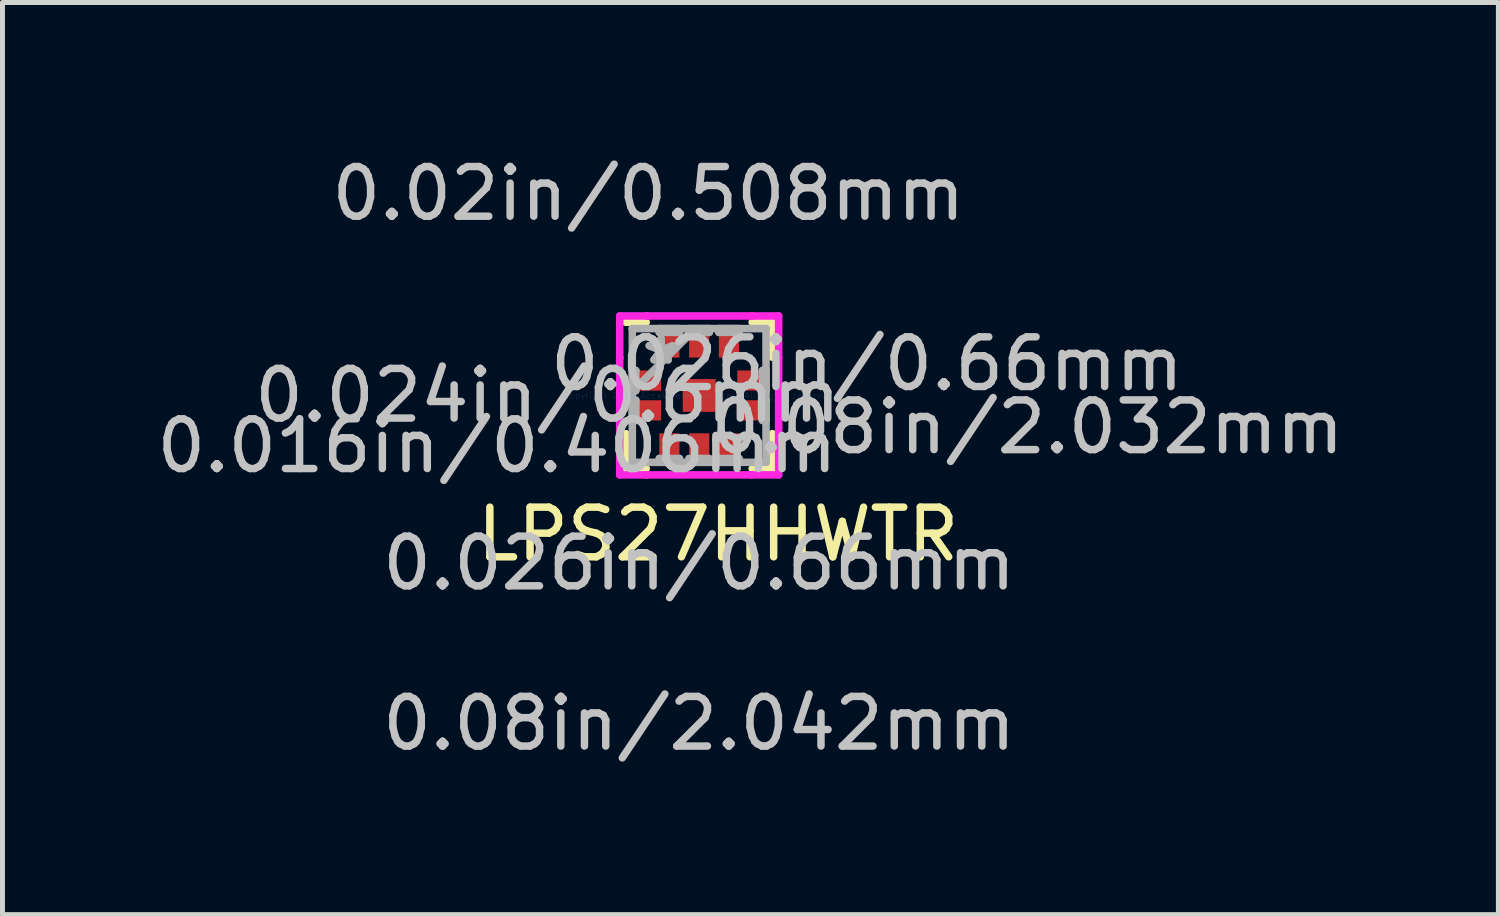
<source format=kicad_pcb>
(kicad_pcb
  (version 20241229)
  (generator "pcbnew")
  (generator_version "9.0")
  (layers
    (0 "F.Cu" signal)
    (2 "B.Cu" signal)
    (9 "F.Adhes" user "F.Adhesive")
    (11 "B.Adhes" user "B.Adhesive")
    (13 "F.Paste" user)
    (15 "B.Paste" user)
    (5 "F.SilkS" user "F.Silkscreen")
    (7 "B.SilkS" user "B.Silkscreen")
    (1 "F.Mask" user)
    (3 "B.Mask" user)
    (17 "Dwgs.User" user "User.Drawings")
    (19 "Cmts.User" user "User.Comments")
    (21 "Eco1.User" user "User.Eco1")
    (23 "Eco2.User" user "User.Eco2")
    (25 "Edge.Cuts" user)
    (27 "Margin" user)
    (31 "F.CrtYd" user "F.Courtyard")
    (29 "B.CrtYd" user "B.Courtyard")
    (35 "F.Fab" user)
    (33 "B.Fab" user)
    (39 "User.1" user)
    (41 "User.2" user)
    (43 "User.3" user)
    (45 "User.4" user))
  (footprint "LPS27HHWTR"
    (layer "F.Cu")
    (at 11.027 4.912)
    (property "Reference" "LPS27HHWTR" (at 0.381 2.794 0) (layer "F.SilkS") (effects (font (size 1 1) (thickness 0.15))))
    (attr smd)
    (fp_line (start -1.473 0.77) (end -1.473 1.473) (stroke (width 0.152) (type solid)) (layer "F.SilkS"))
    (fp_line (start -1.473 1.473) (end -1.067 1.473) (stroke (width 0.152) (type solid)) (layer "F.SilkS"))
    (fp_line (start -1.067 -1.473) (end -1.473 -1.473) (stroke (width 0.152) (type solid)) (layer "F.SilkS"))
    (fp_line (start 1.067 1.473) (end 1.473 1.473) (stroke (width 0.152) (type solid)) (layer "F.SilkS"))
    (fp_line (start 1.473 -1.473) (end 1.067 -1.473) (stroke (width 0.152) (type solid)) (layer "F.SilkS"))
    (fp_line (start 1.473 -0.77) (end 1.473 -1.473) (stroke (width 0.152) (type solid)) (layer "F.SilkS"))
    (fp_line (start 1.473 1.473) (end 1.473 0.77) (stroke (width 0.152) (type solid)) (layer "F.SilkS"))
    (fp_line (start -1.6 -1.6) (end -1.057 -1.6) (stroke (width 0.152) (type solid)) (layer "F.CrtYd"))
    (fp_line (start -1.6 -0.757) (end -1.6 -1.6) (stroke (width 0.152) (type solid)) (layer "F.CrtYd"))
    (fp_line (start -1.6 -0.757) (end -1.6 -0.757) (stroke (width 0.152) (type solid)) (layer "F.CrtYd"))
    (fp_line (start -1.6 0.757) (end -1.6 -0.757) (stroke (width 0.152) (type solid)) (layer "F.CrtYd"))
    (fp_line (start -1.6 0.757) (end -1.6 0.757) (stroke (width 0.152) (type solid)) (layer "F.CrtYd"))
    (fp_line (start -1.6 1.6) (end -1.6 0.757) (stroke (width 0.152) (type solid)) (layer "F.CrtYd"))
    (fp_line (start -1.057 -1.6) (end -1.057 -1.6) (stroke (width 0.152) (type solid)) (layer "F.CrtYd"))
    (fp_line (start -1.057 -1.6) (end 1.057 -1.6) (stroke (width 0.152) (type solid)) (layer "F.CrtYd"))
    (fp_line (start -1.057 1.6) (end -1.6 1.6) (stroke (width 0.152) (type solid)) (layer "F.CrtYd"))
    (fp_line (start -1.057 1.6) (end -1.057 1.6) (stroke (width 0.152) (type solid)) (layer "F.CrtYd"))
    (fp_line (start 1.057 -1.6) (end 1.057 -1.6) (stroke (width 0.152) (type solid)) (layer "F.CrtYd"))
    (fp_line (start 1.057 -1.6) (end 1.6 -1.6) (stroke (width 0.152) (type solid)) (layer "F.CrtYd"))
    (fp_line (start 1.057 1.6) (end -1.057 1.6) (stroke (width 0.152) (type solid)) (layer "F.CrtYd"))
    (fp_line (start 1.057 1.6) (end 1.057 1.6) (stroke (width 0.152) (type solid)) (layer "F.CrtYd"))
    (fp_line (start 1.6 -1.6) (end 1.6 -0.757) (stroke (width 0.152) (type solid)) (layer "F.CrtYd"))
    (fp_line (start 1.6 -0.757) (end 1.6 -0.757) (stroke (width 0.152) (type solid)) (layer "F.CrtYd"))
    (fp_line (start 1.6 -0.757) (end 1.6 0.757) (stroke (width 0.152) (type solid)) (layer "F.CrtYd"))
    (fp_line (start 1.6 0.757) (end 1.6 0.757) (stroke (width 0.152) (type solid)) (layer "F.CrtYd"))
    (fp_line (start 1.6 0.757) (end 1.6 1.6) (stroke (width 0.152) (type solid)) (layer "F.CrtYd"))
    (fp_line (start 1.6 1.6) (end 1.057 1.6) (stroke (width 0.152) (type solid)) (layer "F.CrtYd"))
    (fp_line (start -1.346 -1.346) (end -1.346 -1.346) (stroke (width 0.152) (type solid)) (layer "F.Fab"))
    (fp_line (start -1.346 -1.346) (end -1.346 1.346) (stroke (width 0.152) (type solid)) (layer "F.Fab"))
    (fp_line (start -1.346 -0.503) (end -1.275 -0.503) (stroke (width 0.152) (type solid)) (layer "F.Fab"))
    (fp_line (start -1.346 -0.097) (end -1.346 -0.503) (stroke (width 0.152) (type solid)) (layer "F.Fab"))
    (fp_line (start -1.346 -0.076) (end -0.076 -1.346) (stroke (width 0.152) (type solid)) (layer "F.Fab"))
    (fp_line (start -1.346 0.097) (end -1.275 0.097) (stroke (width 0.152) (type solid)) (layer "F.Fab"))
    (fp_line (start -1.346 0.503) (end -1.346 0.097) (stroke (width 0.152) (type solid)) (layer "F.Fab"))
    (fp_line (start -1.346 1.346) (end -1.346 1.346) (stroke (width 0.152) (type solid)) (layer "F.Fab"))
    (fp_line (start -1.346 1.346) (end 1.346 1.346) (stroke (width 0.152) (type solid)) (layer "F.Fab"))
    (fp_line (start -1.275 -0.503) (end -1.275 -0.097) (stroke (width 0.152) (type solid)) (layer "F.Fab"))
    (fp_line (start -1.275 -0.097) (end -1.346 -0.097) (stroke (width 0.152) (type solid)) (layer "F.Fab"))
    (fp_line (start -1.275 0.097) (end -1.275 0.503) (stroke (width 0.152) (type solid)) (layer "F.Fab"))
    (fp_line (start -1.275 0.503) (end -1.346 0.503) (stroke (width 0.152) (type solid)) (layer "F.Fab"))
    (fp_line (start -0.803 -1.346) (end -0.397 -1.346) (stroke (width 0.152) (type solid)) (layer "F.Fab"))
    (fp_line (start -0.803 -1.27) (end -0.803 -1.346) (stroke (width 0.152) (type solid)) (layer "F.Fab"))
    (fp_line (start -0.803 1.27) (end -0.397 1.27) (stroke (width 0.152) (type solid)) (layer "F.Fab"))
    (fp_line (start -0.803 1.346) (end -0.803 1.27) (stroke (width 0.152) (type solid)) (layer "F.Fab"))
    (fp_line (start -0.397 -1.346) (end -0.397 -1.27) (stroke (width 0.152) (type solid)) (layer "F.Fab"))
    (fp_line (start -0.397 -1.27) (end -0.803 -1.27) (stroke (width 0.152) (type solid)) (layer "F.Fab"))
    (fp_line (start -0.397 1.27) (end -0.397 1.346) (stroke (width 0.152) (type solid)) (layer "F.Fab"))
    (fp_line (start -0.397 1.346) (end -0.803 1.346) (stroke (width 0.152) (type solid)) (layer "F.Fab"))
    (fp_line (start -0.203 -1.346) (end 0.203 -1.346) (stroke (width 0.152) (type solid)) (layer "F.Fab"))
    (fp_line (start -0.203 -1.27) (end -0.203 -1.346) (stroke (width 0.152) (type solid)) (layer "F.Fab"))
    (fp_line (start -0.203 1.27) (end 0.203 1.27) (stroke (width 0.152) (type solid)) (layer "F.Fab"))
    (fp_line (start -0.203 1.346) (end -0.203 1.27) (stroke (width 0.152) (type solid)) (layer "F.Fab"))
    (fp_line (start 0.203 -1.346) (end 0.203 -1.27) (stroke (width 0.152) (type solid)) (layer "F.Fab"))
    (fp_line (start 0.203 -1.27) (end -0.203 -1.27) (stroke (width 0.152) (type solid)) (layer "F.Fab"))
    (fp_line (start 0.203 1.27) (end 0.203 1.346) (stroke (width 0.152) (type solid)) (layer "F.Fab"))
    (fp_line (start 0.203 1.346) (end -0.203 1.346) (stroke (width 0.152) (type solid)) (layer "F.Fab"))
    (fp_line (start 0.397 -1.346) (end 0.803 -1.346) (stroke (width 0.152) (type solid)) (layer "F.Fab"))
    (fp_line (start 0.397 -1.27) (end 0.397 -1.346) (stroke (width 0.152) (type solid)) (layer "F.Fab"))
    (fp_line (start 0.397 1.27) (end 0.803 1.27) (stroke (width 0.152) (type solid)) (layer "F.Fab"))
    (fp_line (start 0.397 1.346) (end 0.397 1.27) (stroke (width 0.152) (type solid)) (layer "F.Fab"))
    (fp_line (start 0.803 -1.346) (end 0.803 -1.27) (stroke (width 0.152) (type solid)) (layer "F.Fab"))
    (fp_line (start 0.803 -1.27) (end 0.397 -1.27) (stroke (width 0.152) (type solid)) (layer "F.Fab"))
    (fp_line (start 0.803 1.27) (end 0.803 1.346) (stroke (width 0.152) (type solid)) (layer "F.Fab"))
    (fp_line (start 0.803 1.346) (end 0.397 1.346) (stroke (width 0.152) (type solid)) (layer "F.Fab"))
    (fp_line (start 1.275 -0.503) (end 1.346 -0.503) (stroke (width 0.152) (type solid)) (layer "F.Fab"))
    (fp_line (start 1.275 -0.097) (end 1.275 -0.503) (stroke (width 0.152) (type solid)) (layer "F.Fab"))
    (fp_line (start 1.275 0.097) (end 1.346 0.097) (stroke (width 0.152) (type solid)) (layer "F.Fab"))
    (fp_line (start 1.275 0.503) (end 1.275 0.097) (stroke (width 0.152) (type solid)) (layer "F.Fab"))
    (fp_line (start 1.346 -1.346) (end -1.346 -1.346) (stroke (width 0.152) (type solid)) (layer "F.Fab"))
    (fp_line (start 1.346 -1.346) (end 1.346 -1.346) (stroke (width 0.152) (type solid)) (layer "F.Fab"))
    (fp_line (start 1.346 -0.503) (end 1.346 -0.097) (stroke (width 0.152) (type solid)) (layer "F.Fab"))
    (fp_line (start 1.346 -0.097) (end 1.275 -0.097) (stroke (width 0.152) (type solid)) (layer "F.Fab"))
    (fp_line (start 1.346 0.097) (end 1.346 0.503) (stroke (width 0.152) (type solid)) (layer "F.Fab"))
    (fp_line (start 1.346 0.503) (end 1.275 0.503) (stroke (width 0.152) (type solid)) (layer "F.Fab"))
    (fp_line (start 1.346 1.346) (end 1.346 -1.346) (stroke (width 0.152) (type solid)) (layer "F.Fab"))
    (fp_line (start 1.346 1.346) (end 1.346 1.346) (stroke (width 0.152) (type solid)) (layer "F.Fab"))
    (fp_text user "0.016in/0.406mm" (at -4.069 1.016 0) (layer "Dwgs.User") (effects (font (size 1 1) (thickness 0.15))))
    (fp_text user "0.08in/2.032mm" (at 6.609 0.635 0) (layer "Dwgs.User") (effects (font (size 1 1) (thickness 0.15))))
    (fp_text user "0.026in/0.66mm" (at 3.378 -0.635 0) (layer "Dwgs.User") (effects (font (size 1 1) (thickness 0.15))))
    (fp_text user "0.02in/0.508mm" (at -1.021 -4.064 0) (layer "Dwgs.User") (effects (font (size 1 1) (thickness 0.15))))
    (fp_text user "0.026in/0.66mm" (at 0 3.378 0) (layer "Dwgs.User") (effects (font (size 1 1) (thickness 0.15))))
    (fp_text user "0.024in/0.6mm" (at -3.053 0 0) (layer "Dwgs.User") (effects (font (size 1 1) (thickness 0.15))))
    (fp_text user "0.08in/2.042mm" (at 0 6.604 0) (layer "Dwgs.User") (effects (font (size 1 1) (thickness 0.15))))
    (fp_text user "Copyright 2016 Accelerated Designs. All rights reserved." (at 0 0 0) (layer "Cmts.User") (effects (font (size 0.127 0.127) (thickness 0.002))))
    (fp_text user "*" (at -0.767 -0.6 0) (layer "F.Fab") (effects (font (size 1 1) (thickness 0.15))))
    (fp_text user "*" (at -0.767 -0.6 0) (layer "F.Fab") (effects (font (size 1 1) (thickness 0.15))))
    (pad "1" smd rect (at -1.021 -0.3 90) (size 0.406 0.508) (layers "F.Cu" "F.Mask" "F.Paste"))
    (pad "2" smd rect (at -1.021 0.3 90) (size 0.406 0.508) (layers "F.Cu" "F.Mask" "F.Paste"))
    (pad "3" smd rect (at -0.6 1.016) (size 0.406 0.508) (layers "F.Cu" "F.Mask" "F.Paste"))
    (pad "4" smd rect (at 0 1.016) (size 0.406 0.508) (layers "F.Cu" "F.Mask" "F.Paste"))
    (pad "5" smd rect (at 0.6 1.016) (size 0.406 0.508) (layers "F.Cu" "F.Mask" "F.Paste"))
    (pad "6" smd rect (at 1.021 0.3 90) (size 0.406 0.508) (layers "F.Cu" "F.Mask" "F.Paste"))
    (pad "7" smd rect (at 1.021 -0.3 90) (size 0.406 0.508) (layers "F.Cu" "F.Mask" "F.Paste"))
    (pad "8" smd rect (at 0.6 -1.016) (size 0.406 0.508) (layers "F.Cu" "F.Mask" "F.Paste"))
    (pad "9" smd rect (at 0 -1.016) (size 0.406 0.508) (layers "F.Cu" "F.Mask" "F.Paste"))
    (pad "10" smd rect (at -0.6 -1.016) (size 0.406 0.508) (layers "F.Cu" "F.Mask" "F.Paste"))
    (pad "11" smd rect (at 0 0) (size 0.66 0.66) (layers "F.Cu" "F.Mask" "F.Paste")))
  (gr_rect
    (start -3 -3)
    (end 27.118 15.364)
    (stroke (width 0.1) (type default))
    (fill no)
    (layer "Edge.Cuts")))
</source>
